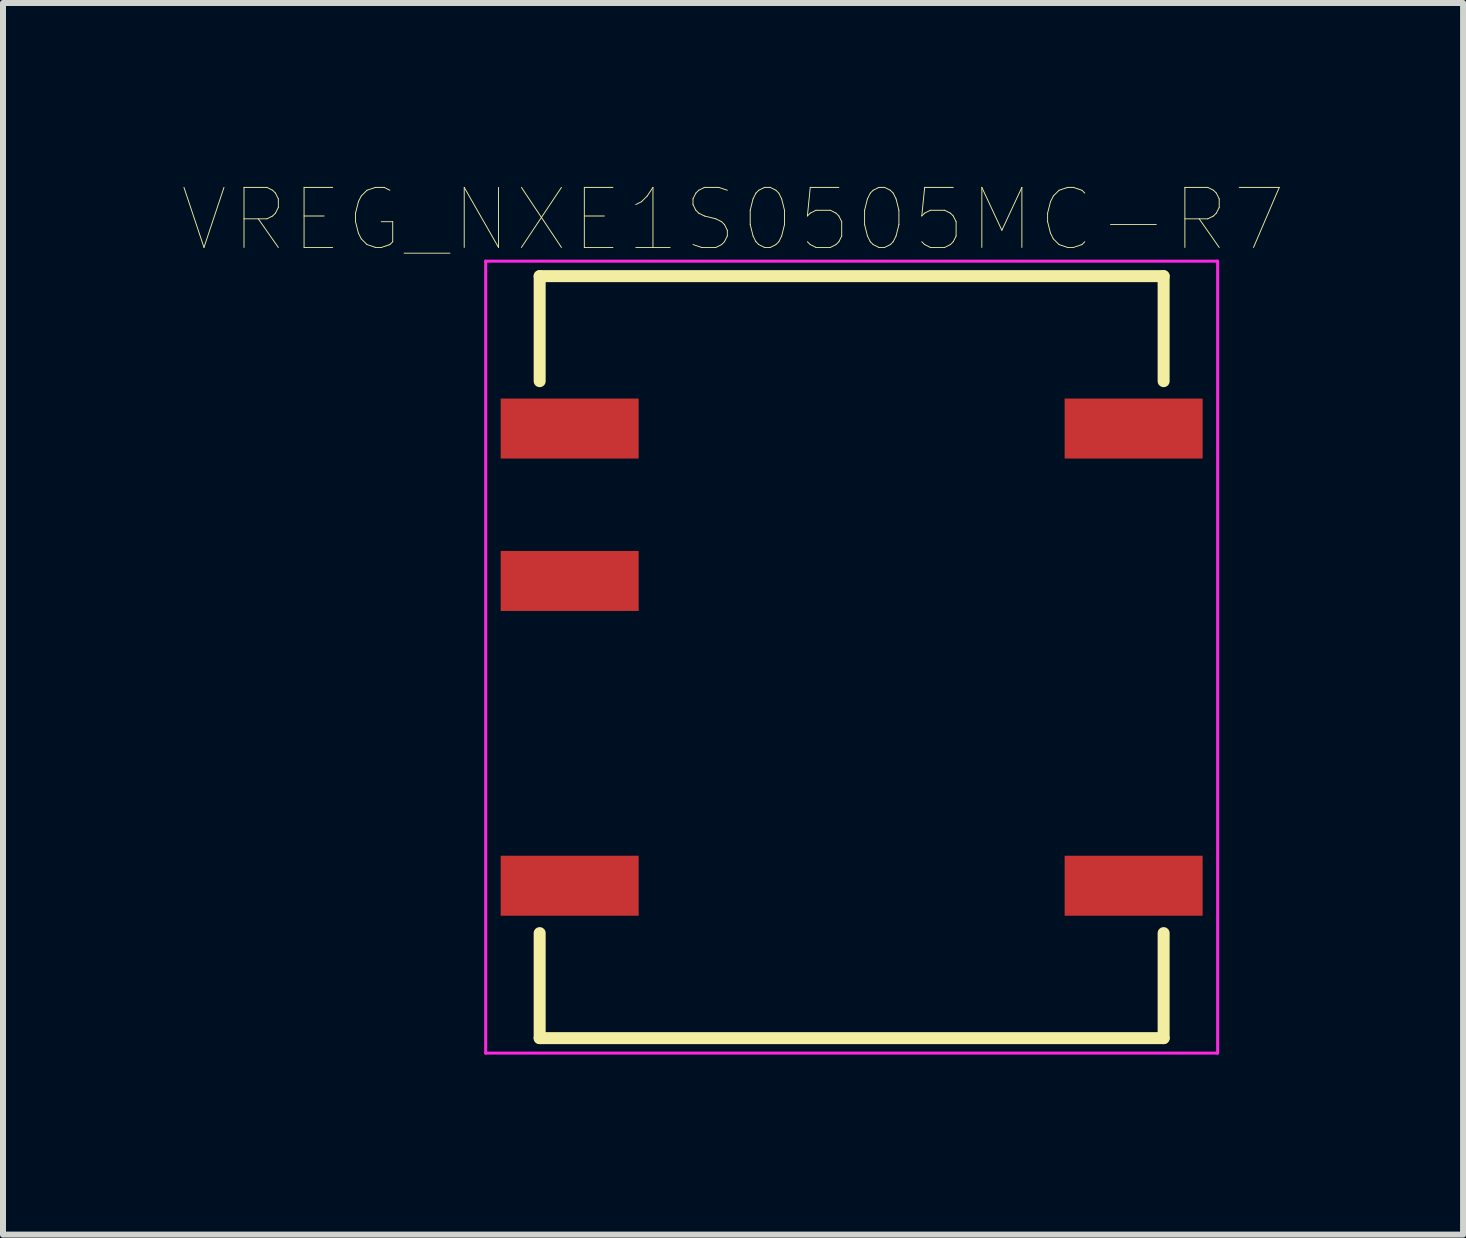
<source format=kicad_pcb>
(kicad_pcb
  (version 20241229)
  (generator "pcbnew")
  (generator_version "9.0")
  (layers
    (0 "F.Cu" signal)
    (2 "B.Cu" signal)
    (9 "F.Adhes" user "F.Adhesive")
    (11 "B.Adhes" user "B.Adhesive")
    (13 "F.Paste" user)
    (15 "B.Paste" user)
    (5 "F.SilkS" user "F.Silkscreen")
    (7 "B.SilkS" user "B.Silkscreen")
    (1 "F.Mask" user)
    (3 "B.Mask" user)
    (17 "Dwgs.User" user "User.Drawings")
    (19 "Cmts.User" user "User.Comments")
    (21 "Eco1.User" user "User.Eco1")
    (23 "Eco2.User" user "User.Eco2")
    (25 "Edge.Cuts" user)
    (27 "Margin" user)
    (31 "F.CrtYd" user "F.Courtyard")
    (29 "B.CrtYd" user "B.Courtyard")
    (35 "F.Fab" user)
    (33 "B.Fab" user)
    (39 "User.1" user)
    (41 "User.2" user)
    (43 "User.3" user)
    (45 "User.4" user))
  (footprint "VREG_NXE1S0505MC-R7"
    (layer "F.Cu")
    (at 11.145 7.903)
    (property "Reference" "VREG_NXE1S0505MC-R7" (at -1.977 -7.291 0) (layer "F.SilkS") (effects (font (size 1.001 1.001) (thickness 0.015))))
    (attr through_hole)
    (fp_line (start -5.2 -6.35) (end 5.2 -6.35) (stroke (width 0.2) (type solid)) (layer "F.SilkS"))
    (fp_line (start -5.2 -4.6) (end -5.2 -6.35) (stroke (width 0.2) (type solid)) (layer "F.SilkS"))
    (fp_line (start -5.2 6.35) (end -5.2 4.6) (stroke (width 0.2) (type solid)) (layer "F.SilkS"))
    (fp_line (start 5.2 -6.35) (end 5.2 -4.6) (stroke (width 0.2) (type solid)) (layer "F.SilkS"))
    (fp_line (start 5.2 4.6) (end 5.2 6.35) (stroke (width 0.2) (type solid)) (layer "F.SilkS"))
    (fp_line (start 5.2 6.35) (end -5.2 6.35) (stroke (width 0.2) (type solid)) (layer "F.SilkS"))
    (fp_line (start -6.1 -6.6) (end 6.1 -6.6) (stroke (width 0.05) (type solid)) (layer "F.CrtYd"))
    (fp_line (start -6.1 6.6) (end -6.1 -6.6) (stroke (width 0.05) (type solid)) (layer "F.CrtYd"))
    (fp_line (start 6.1 -6.6) (end 6.1 6.6) (stroke (width 0.05) (type solid)) (layer "F.CrtYd"))
    (fp_line (start 6.1 6.6) (end -6.1 6.6) (stroke (width 0.05) (type solid)) (layer "F.CrtYd"))
    (pad "1" smd rect (at -4.7 -3.81) (size 2.3 1) (layers "F.Cu" "F.Mask" "F.Paste"))
    (pad "3" smd rect (at -4.7 -1.27) (size 2.3 1) (layers "F.Cu" "F.Mask" "F.Paste"))
    (pad "7" smd rect (at -4.7 3.81) (size 2.3 1) (layers "F.Cu" "F.Mask" "F.Paste"))
    (pad "8" smd rect (at 4.7 3.81) (size 2.3 1) (layers "F.Cu" "F.Mask" "F.Paste"))
    (pad "14" smd rect (at 4.7 -3.81) (size 2.3 1) (layers "F.Cu" "F.Mask" "F.Paste")))
  (gr_rect
    (start -3 -3)
    (end 21.336 17.528)
    (stroke (width 0.1) (type default))
    (fill no)
    (layer "Edge.Cuts")))
</source>
